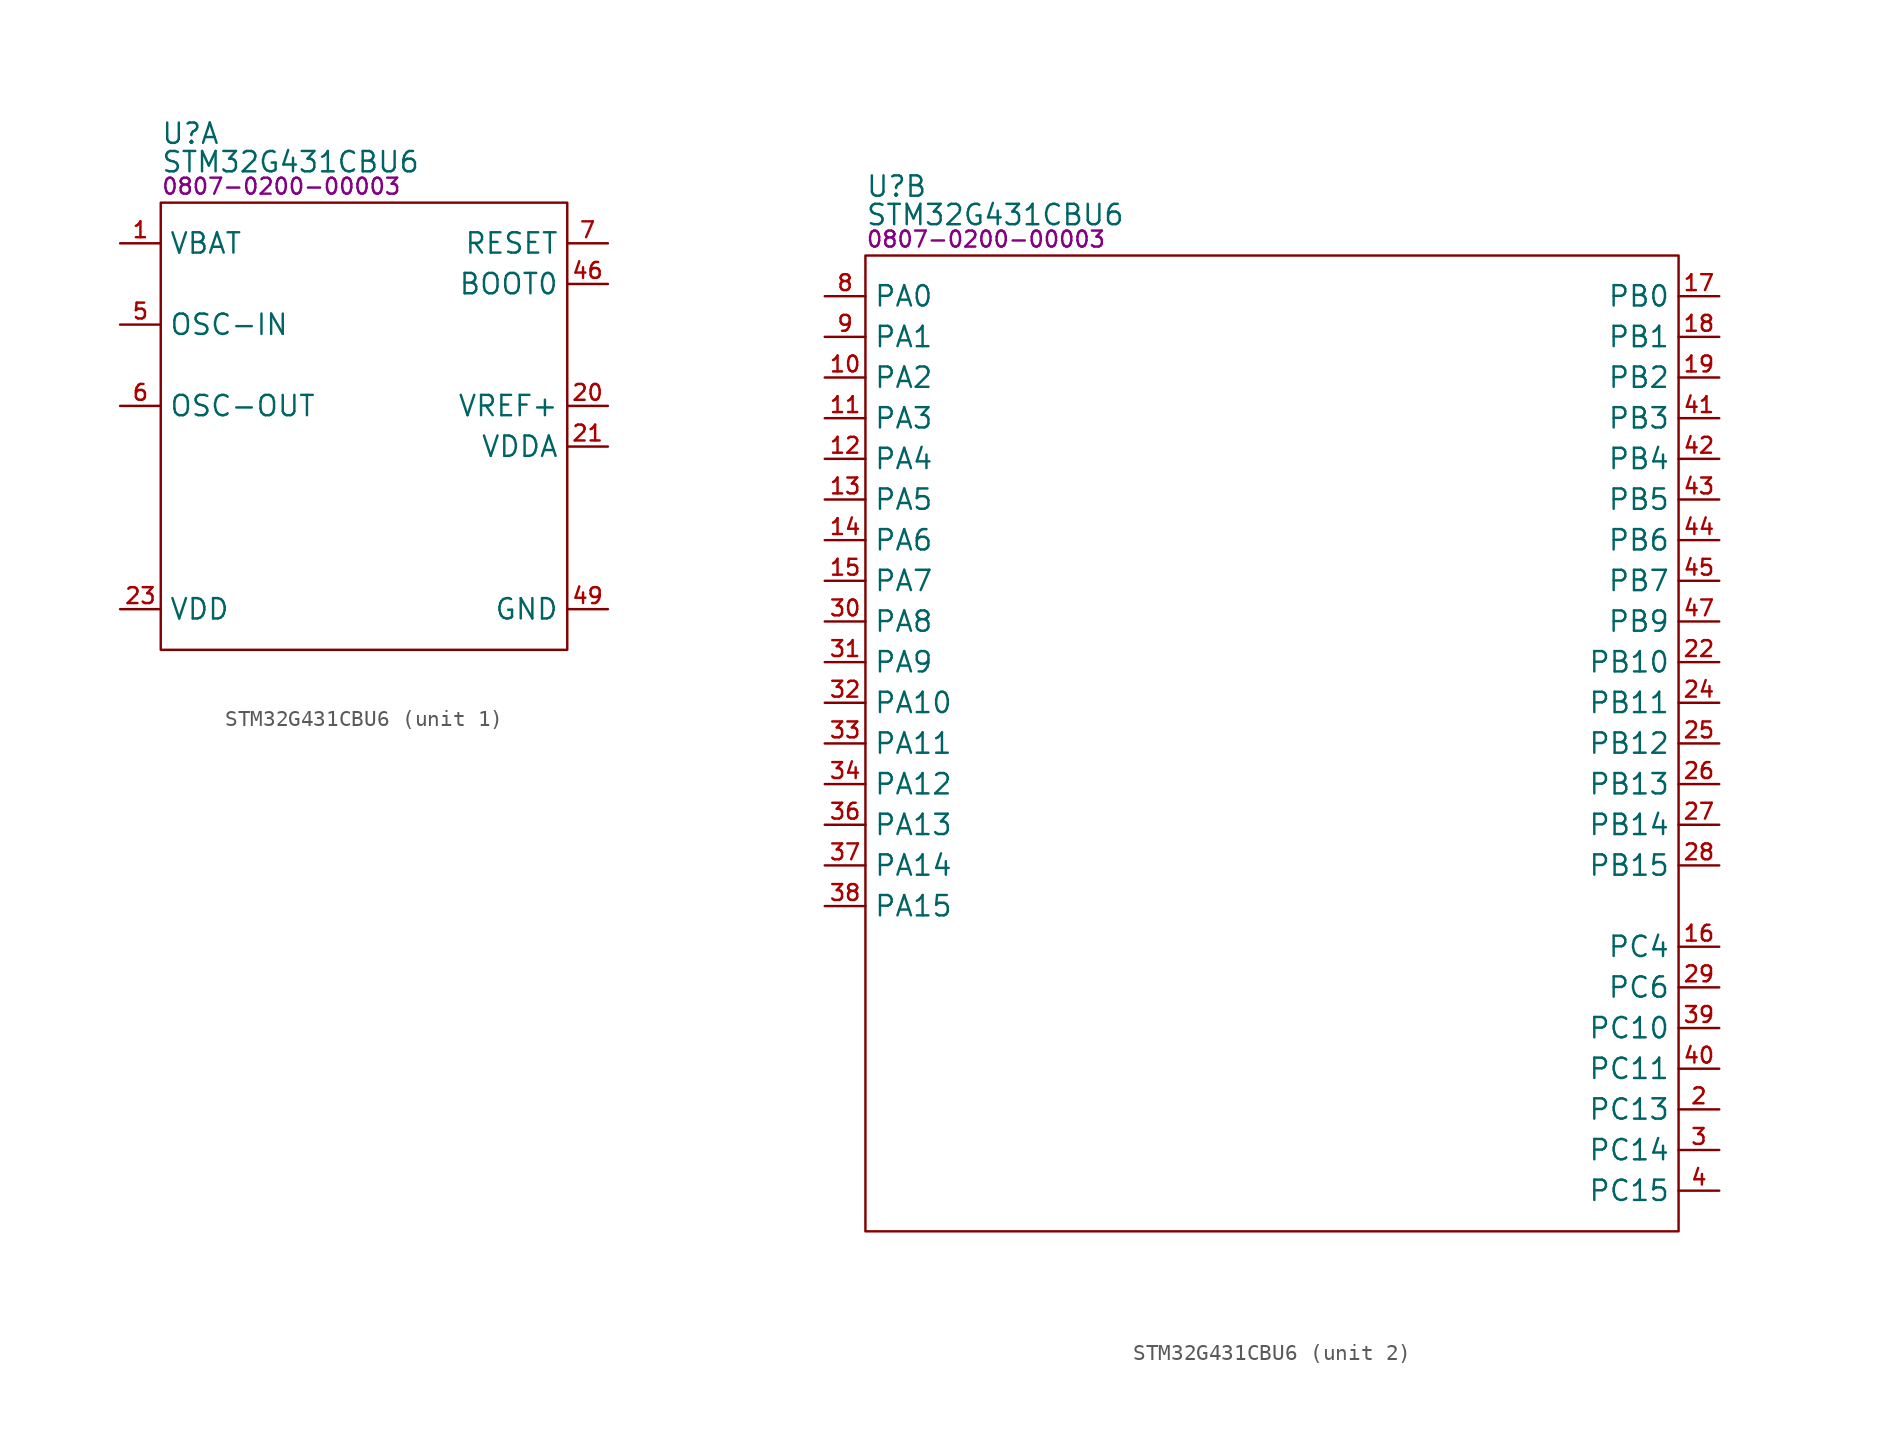
<source format=kicad_sym>
(kicad_symbol_lib
  (version 20231120)
  (generator "kicad_symbol_editor")
  (generator_version "8.0")
  (symbol "STM32G431CBU6"
    (property "Reference" "U"
      (at 0 4.318 0)
      (effects (font (size 1.27 1.27)) (justify left)))
    (property "Value" "STM32G431CBU6"
      (at 0 2.54 0)
      (effects (font (size 1.27 1.27)) (justify left)))
    (property "PartNumber" "0807-0200-00003"
      (at 0 1.016 0)
      (effects (font (size 1 1)) (justify left)))
    (property "ki_locked" ""
      (at 0 0 0)
      (effects (font (size 1.27 1.27))))
    (symbol "STM32G431CBU6_1_0"
      (pin power_in line (at -2.54 -2.54 0) (length 2.54) (name "VBAT" (effects (font (size 1.27 1.27)))) (number "1" (effects (font (size 0.991 0.991)))))
      (pin input line (at 27.94 -12.7 180) (length 2.54) (name "VREF+" (effects (font (size 1.27 1.27)))) (number "20" (effects (font (size 0.991 0.991)))))
      (pin power_in line (at 27.94 -15.24 180) (length 2.54) (name "VDDA" (effects (font (size 1.27 1.27)))) (number "21" (effects (font (size 0.991 0.991)))))
      (pin power_in line (at -2.54 -25.4 0) (length 2.54) (name "VDD" (effects (font (size 1.27 1.27)))) (number "23" (effects (font (size 0.991 0.991)))))
      (pin power_in line (at -2.54 -25.4 0) (length 2.54) hide (name "VDD" (effects (font (size 1.27 1.27)))) (number "35" (effects (font (size 0.991 0.991)))))
      (pin input line (at 27.94 -5.08 180) (length 2.54) (name "BOOT0" (effects (font (size 1.27 1.27)))) (number "46" (effects (font (size 0.991 0.991)))) (alternate "COMP1-OUT" input line) (alternate "FDCAN1-RX" input line) (alternate "GPIO-EXTI8" input line) (alternate "I2C1-SCL" input line) (alternate "PB8" bidirectional line) (alternate "SAI1-CK1" input line) (alternate "SAI1-MCLK-A" input line) (alternate "TIM1-BKIN" input line) (alternate "TIM16-CH1" input line) (alternate "TIM4-CH3" input line) (alternate "TIM8-CH2" input line) (alternate "USART3-RX" input line))
      (pin power_in line (at -2.54 -25.4 0) (length 2.54) hide (name "VDD" (effects (font (size 1.27 1.27)))) (number "48" (effects (font (size 0.991 0.991)))))
      (pin power_in line (at 27.94 -25.4 180) (length 2.54) (name "GND" (effects (font (size 1.27 1.27)))) (number "49" (effects (font (size 0.991 0.991)))))
      (pin input line (at -2.54 -7.62 0) (length 2.54) (name "OSC-IN" (effects (font (size 1.27 1.27)))) (number "5" (effects (font (size 0.991 0.991)))) (alternate "ADC1-IN10" bidirectional line) (alternate "GPIO-EXTI0" bidirectional line) (alternate "I2C2-SDA" bidirectional line) (alternate "I2S2-WS" bidirectional line) (alternate "PF0" bidirectional line) (alternate "SPI2-~{SS}" bidirectional line) (alternate "TIM1-CH3N" bidirectional line))
      (pin output line (at -2.54 -12.7 0) (length 2.54) (name "OSC-OUT" (effects (font (size 1.27 1.27)))) (number "6" (effects (font (size 0.991 0.991)))) (alternate "ADC2-IN10" output line) (alternate "COMP3-INM" output line) (alternate "GPIO-EXTI1" output line) (alternate "I2S2-CK" output line) (alternate "PF1" output line) (alternate "SPI2-SCK" output line))
      (pin input line (at 27.94 -2.54 180) (length 2.54) (name "RESET" (effects (font (size 1.27 1.27)))) (number "7" (effects (font (size 0.991 0.991)))) (alternate "DAC1-EXTI10" input line) (alternate "DAC3-EXTI10" input line) (alternate "GPIO-EXTI10" input line) (alternate "RCC-MCO" input line)))
    (symbol "STM32G431CBU6_1_1"
      (rectangle (start 0 0) (end 25.4 -27.94) (stroke (width 0) (type default)) (fill (type none))))
    (symbol "STM32G431CBU6_2_0"
      (pin bidirectional line (at -2.54 -7.62 0) (length 2.54) (name "PA2" (effects (font (size 1.27 1.27)))) (number "10" (effects (font (size 0.991 0.991)))) (alternate "ADC1-IN3" bidirectional line) (alternate "COMP2-INM" bidirectional line) (alternate "COMP2-OUT" bidirectional line) (alternate "GPIO-EXTI2" bidirectional line) (alternate "LPUART1-TX" bidirectional line) (alternate "OPAMP1-VOUT" bidirectional line) (alternate "RCC-LSCO" bidirectional line) (alternate "SYS-WKUP4" bidirectional line) (alternate "TIM15-CH1" bidirectional line) (alternate "TIM2-CH3" bidirectional line) (alternate "UCPD1-FRSTX1" bidirectional line) (alternate "UCPD1-FRSTX2" bidirectional line) (alternate "USART2-TX" bidirectional line))
      (pin bidirectional line (at -2.54 -10.16 0) (length 2.54) (name "PA3" (effects (font (size 1.27 1.27)))) (number "11" (effects (font (size 0.991 0.991)))) (alternate "ADC1-IN4" bidirectional line) (alternate "COMP2-INP" bidirectional line) (alternate "GPIO-EXTI3" bidirectional line) (alternate "LPUART1-RX" bidirectional line) (alternate "OPAMP1-VINM" bidirectional line) (alternate "OPAMP1-VINM-SEC" bidirectional line) (alternate "OPAMP1-VINM0" bidirectional line) (alternate "OPAMP1-VINP" bidirectional line) (alternate "OPAMP1-VINP-SEC" bidirectional line) (alternate "SAI1-CK1" bidirectional line) (alternate "SAI1-MCLK-A" bidirectional line) (alternate "TIM15-CH2" bidirectional line) (alternate "TIM2-CH4" bidirectional line) (alternate "USART2-RX" bidirectional line))
      (pin bidirectional line (at -2.54 -12.7 0) (length 2.54) (name "PA4" (effects (font (size 1.27 1.27)))) (number "12" (effects (font (size 0.991 0.991)))) (alternate "ADC2-IN17" bidirectional line) (alternate "COMP1-INM" bidirectional line) (alternate "DAC1-OUT1" bidirectional line) (alternate "GPIO-EXTI4" bidirectional line) (alternate "I2S3-WS" bidirectional line) (alternate "SAI1-FS-B" bidirectional line) (alternate "SPI1-~{SS}" bidirectional line) (alternate "SPI3-~{SS}" bidirectional line) (alternate "TIM3-CH2" bidirectional line) (alternate "USART2-CK" bidirectional line))
      (pin bidirectional line (at -2.54 -15.24 0) (length 2.54) (name "PA5" (effects (font (size 1.27 1.27)))) (number "13" (effects (font (size 0.991 0.991)))) (alternate "ADC2-IN13" bidirectional line) (alternate "COMP2-INM" bidirectional line) (alternate "DAC1-OUT2" bidirectional line) (alternate "GPIO-EXTI5" bidirectional line) (alternate "OPAMP2-VINM" bidirectional line) (alternate "OPAMP2-VINM-SEC" bidirectional line) (alternate "OPAMP2-VINM0" bidirectional line) (alternate "SPI1-SCK" bidirectional line) (alternate "TIM2-CH1" bidirectional line) (alternate "TIM2-ETR" bidirectional line) (alternate "UCPD1-FRSTX1" bidirectional line) (alternate "UCPD1-FRSTX2" bidirectional line))
      (pin bidirectional line (at -2.54 -17.78 0) (length 2.54) (name "PA6" (effects (font (size 1.27 1.27)))) (number "14" (effects (font (size 0.991 0.991)))) (alternate "ADC2-IN3" bidirectional line) (alternate "COMP1-OUT" bidirectional line) (alternate "GPIO-EXTI6" bidirectional line) (alternate "LPUART1-CTS" bidirectional line) (alternate "OPAMP2-VOUT" bidirectional line) (alternate "SPI1-CIPO" bidirectional line) (alternate "TIM1-BKIN" bidirectional line) (alternate "TIM16-CH1" bidirectional line) (alternate "TIM3-CH1" bidirectional line) (alternate "TIM8-BKIN" bidirectional line))
      (pin bidirectional line (at -2.54 -20.32 0) (length 2.54) (name "PA7" (effects (font (size 1.27 1.27)))) (number "15" (effects (font (size 0.991 0.991)))) (alternate "ADC2-IN4" bidirectional line) (alternate "COMP2-INP" bidirectional line) (alternate "COMP2-OUT" bidirectional line) (alternate "GPIO-EXTI7" bidirectional line) (alternate "OPAMP1-VINP" bidirectional line) (alternate "OPAMP1-VINP-SEC" bidirectional line) (alternate "OPAMP2-VINP" bidirectional line) (alternate "OPAMP2-VINP-SEC" bidirectional line) (alternate "SPI1-COPI" bidirectional line) (alternate "TIM1-CH1N" bidirectional line) (alternate "TIM17-CH1" bidirectional line) (alternate "TIM3-CH2" bidirectional line) (alternate "TIM8-CH1N" bidirectional line) (alternate "UCPD1-FRSTX1" bidirectional line) (alternate "UCPD1-FRSTX2" bidirectional line))
      (pin bidirectional line (at 53.34 -43.18 180) (length 2.54) (name "PC4" (effects (font (size 1.27 1.27)))) (number "16" (effects (font (size 0.991 0.991)))) (alternate "ADC2-IN5" bidirectional line) (alternate "GPIO-EXTI4" bidirectional line) (alternate "I2C2-SCL" bidirectional line) (alternate "TIM1-ETR" bidirectional line) (alternate "USART1-TX" bidirectional line))
      (pin bidirectional line (at 53.34 -2.54 180) (length 2.54) (name "PB0" (effects (font (size 1.27 1.27)))) (number "17" (effects (font (size 0.991 0.991)))) (alternate "ADC1-IN15" bidirectional line) (alternate "COMP4-INP" bidirectional line) (alternate "GPIO-EXTI0" bidirectional line) (alternate "OPAMP2-VINP" bidirectional line) (alternate "OPAMP2-VINP-SEC" bidirectional line) (alternate "OPAMP3-VINP" bidirectional line) (alternate "OPAMP3-VINP-SEC" bidirectional line) (alternate "TIM1-CH2N" bidirectional line) (alternate "TIM3-CH3" bidirectional line) (alternate "TIM8-CH2N" bidirectional line) (alternate "UCPD1-FRSTX1" bidirectional line) (alternate "UCPD1-FRSTX2" bidirectional line))
      (pin bidirectional line (at 53.34 -5.08 180) (length 2.54) (name "PB1" (effects (font (size 1.27 1.27)))) (number "18" (effects (font (size 0.991 0.991)))) (alternate "ADC1-IN12" bidirectional line) (alternate "COMP1-INP" bidirectional line) (alternate "COMP4-OUT" bidirectional line) (alternate "GPIO-EXTI1" bidirectional line) (alternate "LPUART1-DE" bidirectional line) (alternate "LPUART1-RTS" bidirectional line) (alternate "OPAMP3-VOUT" bidirectional line) (alternate "TIM1-CH3N" bidirectional line) (alternate "TIM3-CH4" bidirectional line) (alternate "TIM8-CH3N" bidirectional line))
      (pin bidirectional line (at 53.34 -7.62 180) (length 2.54) (name "PB2" (effects (font (size 1.27 1.27)))) (number "19" (effects (font (size 0.991 0.991)))) (alternate "ADC2-IN12" bidirectional line) (alternate "COMP4-INM" bidirectional line) (alternate "GPIO-EXTI2" bidirectional line) (alternate "I2C3-SMBA" bidirectional line) (alternate "LPTIM1-OUT" bidirectional line) (alternate "OPAMP3-VINM" bidirectional line) (alternate "OPAMP3-VINM-SEC" bidirectional line) (alternate "OPAMP3-VINM0" bidirectional line) (alternate "RTC-OUT2" bidirectional line))
      (pin bidirectional line (at 53.34 -53.34 180) (length 2.54) (name "PC13" (effects (font (size 1.27 1.27)))) (number "2" (effects (font (size 0.991 0.991)))) (alternate "GPIO-EXTI13" bidirectional line) (alternate "RTC-OUT1" bidirectional line) (alternate "RTC-TAMP1" bidirectional line) (alternate "RTC-TS" bidirectional line) (alternate "SYS-WKUP2" bidirectional line) (alternate "TIM1-BKIN" bidirectional line) (alternate "TIM1-CH1N" bidirectional line) (alternate "TIM8-CH4N" bidirectional line))
      (pin bidirectional line (at 53.34 -25.4 180) (length 2.54) (name "PB10" (effects (font (size 1.27 1.27)))) (number "22" (effects (font (size 0.991 0.991)))) (alternate "DAC1-EXTI10" bidirectional line) (alternate "DAC3-EXTI10" bidirectional line) (alternate "GPIO-EXTI10" bidirectional line) (alternate "LPUART1-RX" bidirectional line) (alternate "OPAMP3-VINM" bidirectional line) (alternate "OPAMP3-VINM-SEC" bidirectional line) (alternate "OPAMP3-VINM1" bidirectional line) (alternate "SAI1-SCK-A" bidirectional line) (alternate "TIM1-BKIN" bidirectional line) (alternate "TIM2-CH3" bidirectional line) (alternate "USART3-TX" bidirectional line))
      (pin bidirectional line (at 53.34 -27.94 180) (length 2.54) (name "PB11" (effects (font (size 1.27 1.27)))) (number "24" (effects (font (size 0.991 0.991)))) (alternate "ADC1-EXTI11" bidirectional line) (alternate "ADC1-IN14" bidirectional line) (alternate "ADC2-EXTI11" bidirectional line) (alternate "ADC2-IN14" bidirectional line) (alternate "GPIO-EXTI11" bidirectional line) (alternate "LPUART1-TX" bidirectional line) (alternate "TIM2-CH4" bidirectional line) (alternate "USART3-RX" bidirectional line))
      (pin bidirectional line (at 53.34 -30.48 180) (length 2.54) (name "PB12" (effects (font (size 1.27 1.27)))) (number "25" (effects (font (size 0.991 0.991)))) (alternate "ADC1-IN11" bidirectional line) (alternate "GPIO-EXTI12" bidirectional line) (alternate "I2C2-SMBA" bidirectional line) (alternate "I2S2-WS" bidirectional line) (alternate "LPUART1-DE" bidirectional line) (alternate "LPUART1-RTS" bidirectional line) (alternate "SPI2-~{SS}" bidirectional line) (alternate "TIM1-BKIN" bidirectional line) (alternate "USART3-CK" bidirectional line))
      (pin bidirectional line (at 53.34 -33.02 180) (length 2.54) (name "PB13" (effects (font (size 1.27 1.27)))) (number "26" (effects (font (size 0.991 0.991)))) (alternate "GPIO-EXTI13" bidirectional line) (alternate "I2S2-CK" bidirectional line) (alternate "LPUART1-CTS" bidirectional line) (alternate "OPAMP3-VINP" bidirectional line) (alternate "OPAMP3-VINP-SEC" bidirectional line) (alternate "SPI2-SCK" bidirectional line) (alternate "TIM1-CH1N" bidirectional line) (alternate "USART3-CTS" bidirectional line) (alternate "USART3-~{SS}" bidirectional line))
      (pin bidirectional line (at 53.34 -35.56 180) (length 2.54) (name "PB14" (effects (font (size 1.27 1.27)))) (number "27" (effects (font (size 0.991 0.991)))) (alternate "ADC1-IN5" bidirectional line) (alternate "COMP4-OUT" bidirectional line) (alternate "GPIO-EXTI14" bidirectional line) (alternate "OPAMP2-VINP" bidirectional line) (alternate "OPAMP2-VINP-SEC" bidirectional line) (alternate "SPI2-CIPO" bidirectional line) (alternate "TIM1-CH2N" bidirectional line) (alternate "TIM15-CH1" bidirectional line) (alternate "USART3-DE" bidirectional line) (alternate "USART3-RTS" bidirectional line))
      (pin bidirectional line (at 53.34 -38.1 180) (length 2.54) (name "PB15" (effects (font (size 1.27 1.27)))) (number "28" (effects (font (size 0.991 0.991)))) (alternate "ADC1-EXTI15" bidirectional line) (alternate "ADC2-EXTI15" bidirectional line) (alternate "ADC2-IN15" bidirectional line) (alternate "COMP3-OUT" bidirectional line) (alternate "GPIO-EXTI15" bidirectional line) (alternate "I2S2-SD" bidirectional line) (alternate "RTC-REFIN" bidirectional line) (alternate "SPI2-COPI" bidirectional line) (alternate "TIM1-CH3N" bidirectional line) (alternate "TIM15-CH1N" bidirectional line) (alternate "TIM15-CH2" bidirectional line))
      (pin bidirectional line (at 53.34 -45.72 180) (length 2.54) (name "PC6" (effects (font (size 1.27 1.27)))) (number "29" (effects (font (size 0.991 0.991)))) (alternate "GPIO-EXTI6" bidirectional line) (alternate "I2S2-MCK" bidirectional line) (alternate "TIM3-CH1" bidirectional line) (alternate "TIM8-CH1" bidirectional line))
      (pin bidirectional line (at 53.34 -55.88 180) (length 2.54) (name "PC14" (effects (font (size 1.27 1.27)))) (number "3" (effects (font (size 0.991 0.991)))) (alternate "GPIO-EXTI14" bidirectional line) (alternate "OSC32-IN" bidirectional line))
      (pin bidirectional line (at -2.54 -22.86 0) (length 2.54) (name "PA8" (effects (font (size 1.27 1.27)))) (number "30" (effects (font (size 0.991 0.991)))) (alternate "GPIO-EXTI8" bidirectional line) (alternate "I2C2-SDA" bidirectional line) (alternate "I2C3-SCL" bidirectional line) (alternate "I2S2-MCK" bidirectional line) (alternate "RCC-MCO" bidirectional line) (alternate "SAI1-CK2" bidirectional line) (alternate "SAI1-SCK-A" bidirectional line) (alternate "TIM1-CH1" bidirectional line) (alternate "TIM4-ETR" bidirectional line) (alternate "USART1-CK" bidirectional line))
      (pin bidirectional line (at -2.54 -25.4 0) (length 2.54) (name "PA9" (effects (font (size 1.27 1.27)))) (number "31" (effects (font (size 0.991 0.991)))) (alternate "DAC1-EXTI9" bidirectional line) (alternate "DAC3-EXTI9" bidirectional line) (alternate "GPIO-EXTI9" bidirectional line) (alternate "I2C2-SCL" bidirectional line) (alternate "I2C3-SMBA" bidirectional line) (alternate "I2S3-MCK" bidirectional line) (alternate "SAI1-FS-A" bidirectional line) (alternate "TIM1-CH2" bidirectional line) (alternate "TIM15-BKIN" bidirectional line) (alternate "TIM2-CH3" bidirectional line) (alternate "UCPD1-DBCC1" bidirectional line) (alternate "USART1-TX" bidirectional line))
      (pin bidirectional line (at -2.54 -27.94 0) (length 2.54) (name "PA10" (effects (font (size 1.27 1.27)))) (number "32" (effects (font (size 0.991 0.991)))) (alternate "CRS-SYNC" bidirectional line) (alternate "DAC1-EXTI10" bidirectional line) (alternate "DAC3-EXTI10" bidirectional line) (alternate "GPIO-EXTI10" bidirectional line) (alternate "I2C2-SMBA" bidirectional line) (alternate "SAI1-D1" bidirectional line) (alternate "SAI1-SD-A" bidirectional line) (alternate "SPI2-CIPO" bidirectional line) (alternate "TIM1-CH3" bidirectional line) (alternate "TIM17-BKIN" bidirectional line) (alternate "TIM2-CH4" bidirectional line) (alternate "TIM8-BKIN" bidirectional line) (alternate "UCPD1-DBCC2" bidirectional line) (alternate "USART1-RX" bidirectional line))
      (pin bidirectional line (at -2.54 -30.48 0) (length 2.54) (name "PA11" (effects (font (size 1.27 1.27)))) (number "33" (effects (font (size 0.991 0.991)))) (alternate "ADC1-EXTI11" bidirectional line) (alternate "ADC2-EXTI11" bidirectional line) (alternate "COMP1-OUT" bidirectional line) (alternate "FDCAN1-RX" bidirectional line) (alternate "GPIO-EXTI11" bidirectional line) (alternate "I2S2-SD" bidirectional line) (alternate "SPI2-COPI" bidirectional line) (alternate "TIM1-BKIN2" bidirectional line) (alternate "TIM1-CH1N" bidirectional line) (alternate "TIM1-CH4" bidirectional line) (alternate "TIM4-CH1" bidirectional line) (alternate "USART1-CTS" bidirectional line) (alternate "USART1-~{SS}" bidirectional line) (alternate "USB-D-" bidirectional line))
      (pin bidirectional line (at -2.54 -33.02 0) (length 2.54) (name "PA12" (effects (font (size 1.27 1.27)))) (number "34" (effects (font (size 0.991 0.991)))) (alternate "COMP2-OUT" bidirectional line) (alternate "FDCAN1-TX" bidirectional line) (alternate "GPIO-EXTI12" bidirectional line) (alternate "I2S-CKIN" bidirectional line) (alternate "TIM1-CH2N" bidirectional line) (alternate "TIM1-ETR" bidirectional line) (alternate "TIM16-CH1" bidirectional line) (alternate "TIM4-CH2" bidirectional line) (alternate "USART1-DE" bidirectional line) (alternate "USART1-RTS" bidirectional line) (alternate "USB-D+" bidirectional line))
      (pin bidirectional line (at -2.54 -35.56 0) (length 2.54) (name "PA13" (effects (font (size 1.27 1.27)))) (number "36" (effects (font (size 0.991 0.991)))) (alternate "GPIO-EXTI13" bidirectional line) (alternate "I2C1-SCL" bidirectional line) (alternate "IR-OUT" bidirectional line) (alternate "SAI1-SD-B" bidirectional line) (alternate "SWDIO" bidirectional line) (alternate "SYS-JTMS" bidirectional line) (alternate "TIM16-CH1N" bidirectional line) (alternate "TIM4-CH3" bidirectional line) (alternate "USART3-CTS" bidirectional line) (alternate "USART3-~{SS}" bidirectional line))
      (pin bidirectional line (at -2.54 -38.1 0) (length 2.54) (name "PA14" (effects (font (size 1.27 1.27)))) (number "37" (effects (font (size 0.991 0.991)))) (alternate "GPIO-EXTI14" bidirectional line) (alternate "I2C1-SDA" bidirectional line) (alternate "LPTIM1-OUT" bidirectional line) (alternate "SAI1-FS-B" bidirectional line) (alternate "SWCLK" bidirectional line) (alternate "SYS-JTCK" bidirectional line) (alternate "TIM1-BKIN" bidirectional line) (alternate "TIM8-CH2" bidirectional line) (alternate "USART2-TX" bidirectional line))
      (pin bidirectional line (at -2.54 -40.64 0) (length 2.54) (name "PA15" (effects (font (size 1.27 1.27)))) (number "38" (effects (font (size 0.991 0.991)))) (alternate "ADC1-EXTI15" bidirectional line) (alternate "ADC2-EXTI15" bidirectional line) (alternate "GPIO-EXTI15" bidirectional line) (alternate "I2C1-SCL" bidirectional line) (alternate "I2S3-WS" bidirectional line) (alternate "SPI1-~{SS}" bidirectional line) (alternate "SPI3-~{SS}" bidirectional line) (alternate "SYS-JTDI" bidirectional line) (alternate "TIM1-BKIN" bidirectional line) (alternate "TIM2-CH1" bidirectional line) (alternate "TIM2-ETR" bidirectional line) (alternate "TIM8-CH1" bidirectional line) (alternate "UART4-DE" bidirectional line) (alternate "UART4-RTS" bidirectional line) (alternate "USART2-RX" bidirectional line))
      (pin bidirectional line (at 53.34 -48.26 180) (length 2.54) (name "PC10" (effects (font (size 1.27 1.27)))) (number "39" (effects (font (size 0.991 0.991)))) (alternate "DAC1-EXTI10" bidirectional line) (alternate "DAC3-EXTI10" bidirectional line) (alternate "GPIO-EXTI10" bidirectional line) (alternate "I2S3-CK" bidirectional line) (alternate "SPI3-SCK" bidirectional line) (alternate "TIM8-CH1N" bidirectional line) (alternate "UART4-TX" bidirectional line) (alternate "USART3-TX" bidirectional line))
      (pin bidirectional line (at 53.34 -58.42 180) (length 2.54) (name "PC15" (effects (font (size 1.27 1.27)))) (number "4" (effects (font (size 0.991 0.991)))) (alternate "ADC1-EXTI15" bidirectional line) (alternate "ADC2-EXTI15" bidirectional line) (alternate "GPIO-EXTI15" bidirectional line) (alternate "OSC32-OUT" bidirectional line))
      (pin bidirectional line (at 53.34 -50.8 180) (length 2.54) (name "PC11" (effects (font (size 1.27 1.27)))) (number "40" (effects (font (size 0.991 0.991)))) (alternate "ADC1-EXTI11" bidirectional line) (alternate "ADC2-EXTI11" bidirectional line) (alternate "GPIO-EXTI11" bidirectional line) (alternate "I2C3-SDA" bidirectional line) (alternate "SPI3-CIPO" bidirectional line) (alternate "TIM8-CH2N" bidirectional line) (alternate "UART4-RX" bidirectional line) (alternate "USART3-RX" bidirectional line))
      (pin bidirectional line (at 53.34 -10.16 180) (length 2.54) (name "PB3" (effects (font (size 1.27 1.27)))) (number "41" (effects (font (size 0.991 0.991)))) (alternate "CRS-SYNC" bidirectional line) (alternate "GPIO-EXTI3" bidirectional line) (alternate "I2S3-CK" bidirectional line) (alternate "SAI1-SCK-B" bidirectional line) (alternate "SPI1-SCK" bidirectional line) (alternate "SPI3-SCK" bidirectional line) (alternate "SWO" bidirectional line) (alternate "SYS-JTDO" bidirectional line) (alternate "TIM2-CH2" bidirectional line) (alternate "TIM3-ETR" bidirectional line) (alternate "TIM4-ETR" bidirectional line) (alternate "TIM8-CH1N" bidirectional line) (alternate "USART2-TX" bidirectional line))
      (pin bidirectional line (at 53.34 -12.7 180) (length 2.54) (name "PB4" (effects (font (size 1.27 1.27)))) (number "42" (effects (font (size 0.991 0.991)))) (alternate "GPIO-EXTI4" bidirectional line) (alternate "SAI1-MCLK-B" bidirectional line) (alternate "SPI1-CIPO" bidirectional line) (alternate "SPI3-CIPO" bidirectional line) (alternate "SYS-JTRST" bidirectional line) (alternate "TIM16-CH1" bidirectional line) (alternate "TIM17-BKIN" bidirectional line) (alternate "TIM3-CH1" bidirectional line) (alternate "TIM8-CH2N" bidirectional line) (alternate "UCPD1-CC2" bidirectional line) (alternate "USART2-RX" bidirectional line))
      (pin bidirectional line (at 53.34 -15.24 180) (length 2.54) (name "PB5" (effects (font (size 1.27 1.27)))) (number "43" (effects (font (size 0.991 0.991)))) (alternate "GPIO-EXTI5" bidirectional line) (alternate "I2C1-SMBA" bidirectional line) (alternate "I2C3-SDA" bidirectional line) (alternate "I2S3-SD" bidirectional line) (alternate "LPTIM1-IN1" bidirectional line) (alternate "SAI1-SD-B" bidirectional line) (alternate "SPI1-COPI" bidirectional line) (alternate "SPI3-COPI" bidirectional line) (alternate "TIM16-BKIN" bidirectional line) (alternate "TIM17-CH1" bidirectional line) (alternate "TIM3-CH2" bidirectional line) (alternate "TIM8-CH3N" bidirectional line) (alternate "USART2-CK" bidirectional line))
      (pin bidirectional line (at 53.34 -17.78 180) (length 2.54) (name "PB6" (effects (font (size 1.27 1.27)))) (number "44" (effects (font (size 0.991 0.991)))) (alternate "COMP4-OUT" bidirectional line) (alternate "GPIO-EXTI6" bidirectional line) (alternate "LPTIM1-ETR" bidirectional line) (alternate "SAI1-FS-B" bidirectional line) (alternate "TIM16-CH1N" bidirectional line) (alternate "TIM4-CH1" bidirectional line) (alternate "TIM8-BKIN2" bidirectional line) (alternate "TIM8-CH1" bidirectional line) (alternate "TIM8-ETR" bidirectional line) (alternate "UCPD1-CC1" bidirectional line) (alternate "USART1-TX" bidirectional line))
      (pin bidirectional line (at 53.34 -20.32 180) (length 2.54) (name "PB7" (effects (font (size 1.27 1.27)))) (number "45" (effects (font (size 0.991 0.991)))) (alternate "COMP3-OUT" bidirectional line) (alternate "GPIO-EXTI7" bidirectional line) (alternate "I2C1-SDA" bidirectional line) (alternate "LPTIM1-IN2" bidirectional line) (alternate "SYS-PVD-IN" bidirectional line) (alternate "TIM17-CH1N" bidirectional line) (alternate "TIM3-CH4" bidirectional line) (alternate "TIM4-CH2" bidirectional line) (alternate "TIM8-BKIN" bidirectional line) (alternate "UART4-CTS" bidirectional line) (alternate "USART1-RX" bidirectional line))
      (pin bidirectional line (at 53.34 -22.86 180) (length 2.54) (name "PB9" (effects (font (size 1.27 1.27)))) (number "47" (effects (font (size 0.991 0.991)))) (alternate "COMP2-OUT" bidirectional line) (alternate "DAC1-EXTI9" bidirectional line) (alternate "DAC3-EXTI9" bidirectional line) (alternate "FDCAN1-TX" bidirectional line) (alternate "GPIO-EXTI9" bidirectional line) (alternate "I2C1-SDA" bidirectional line) (alternate "IR-OUT" bidirectional line) (alternate "SAI1-D2" bidirectional line) (alternate "SAI1-FS-A" bidirectional line) (alternate "TIM1-CH3N" bidirectional line) (alternate "TIM17-CH1" bidirectional line) (alternate "TIM4-CH4" bidirectional line) (alternate "TIM8-CH3" bidirectional line) (alternate "USART3-TX" bidirectional line))
      (pin bidirectional line (at -2.54 -2.54 0) (length 2.54) (name "PA0" (effects (font (size 1.27 1.27)))) (number "8" (effects (font (size 0.991 0.991)))) (alternate "ADC1-IN1" bidirectional line) (alternate "ADC2-IN1" bidirectional line) (alternate "COMP1-INM" bidirectional line) (alternate "COMP1-OUT" bidirectional line) (alternate "COMP3-INP" bidirectional line) (alternate "GPIO-EXTI0" bidirectional line) (alternate "RTC-TAMP2" bidirectional line) (alternate "SYS-WKUP1" bidirectional line) (alternate "TIM2-CH1" bidirectional line) (alternate "TIM2-ETR" bidirectional line) (alternate "TIM8-BKIN" bidirectional line) (alternate "TIM8-ETR" bidirectional line) (alternate "USART2-CTS" bidirectional line) (alternate "USART2-~{SS}" bidirectional line))
      (pin bidirectional line (at -2.54 -5.08 0) (length 2.54) (name "PA1" (effects (font (size 1.27 1.27)))) (number "9" (effects (font (size 0.991 0.991)))) (alternate "ADC1-IN2" bidirectional line) (alternate "ADC2-IN2" bidirectional line) (alternate "COMP1-INP" bidirectional line) (alternate "GPIO-EXTI1" bidirectional line) (alternate "OPAMP1-VINP" bidirectional line) (alternate "OPAMP1-VINP-SEC" bidirectional line) (alternate "OPAMP3-VINP" bidirectional line) (alternate "OPAMP3-VINP-SEC" bidirectional line) (alternate "RTC-REFIN" bidirectional line) (alternate "TIM15-CH1N" bidirectional line) (alternate "TIM2-CH2" bidirectional line) (alternate "USART2-DE" bidirectional line) (alternate "USART2-RTS" bidirectional line)))
    (symbol "STM32G431CBU6_2_1"
      (rectangle (start 0 0) (end 50.8 -60.96) (stroke (width 0) (type default)) (fill (type none))))))
</source>
